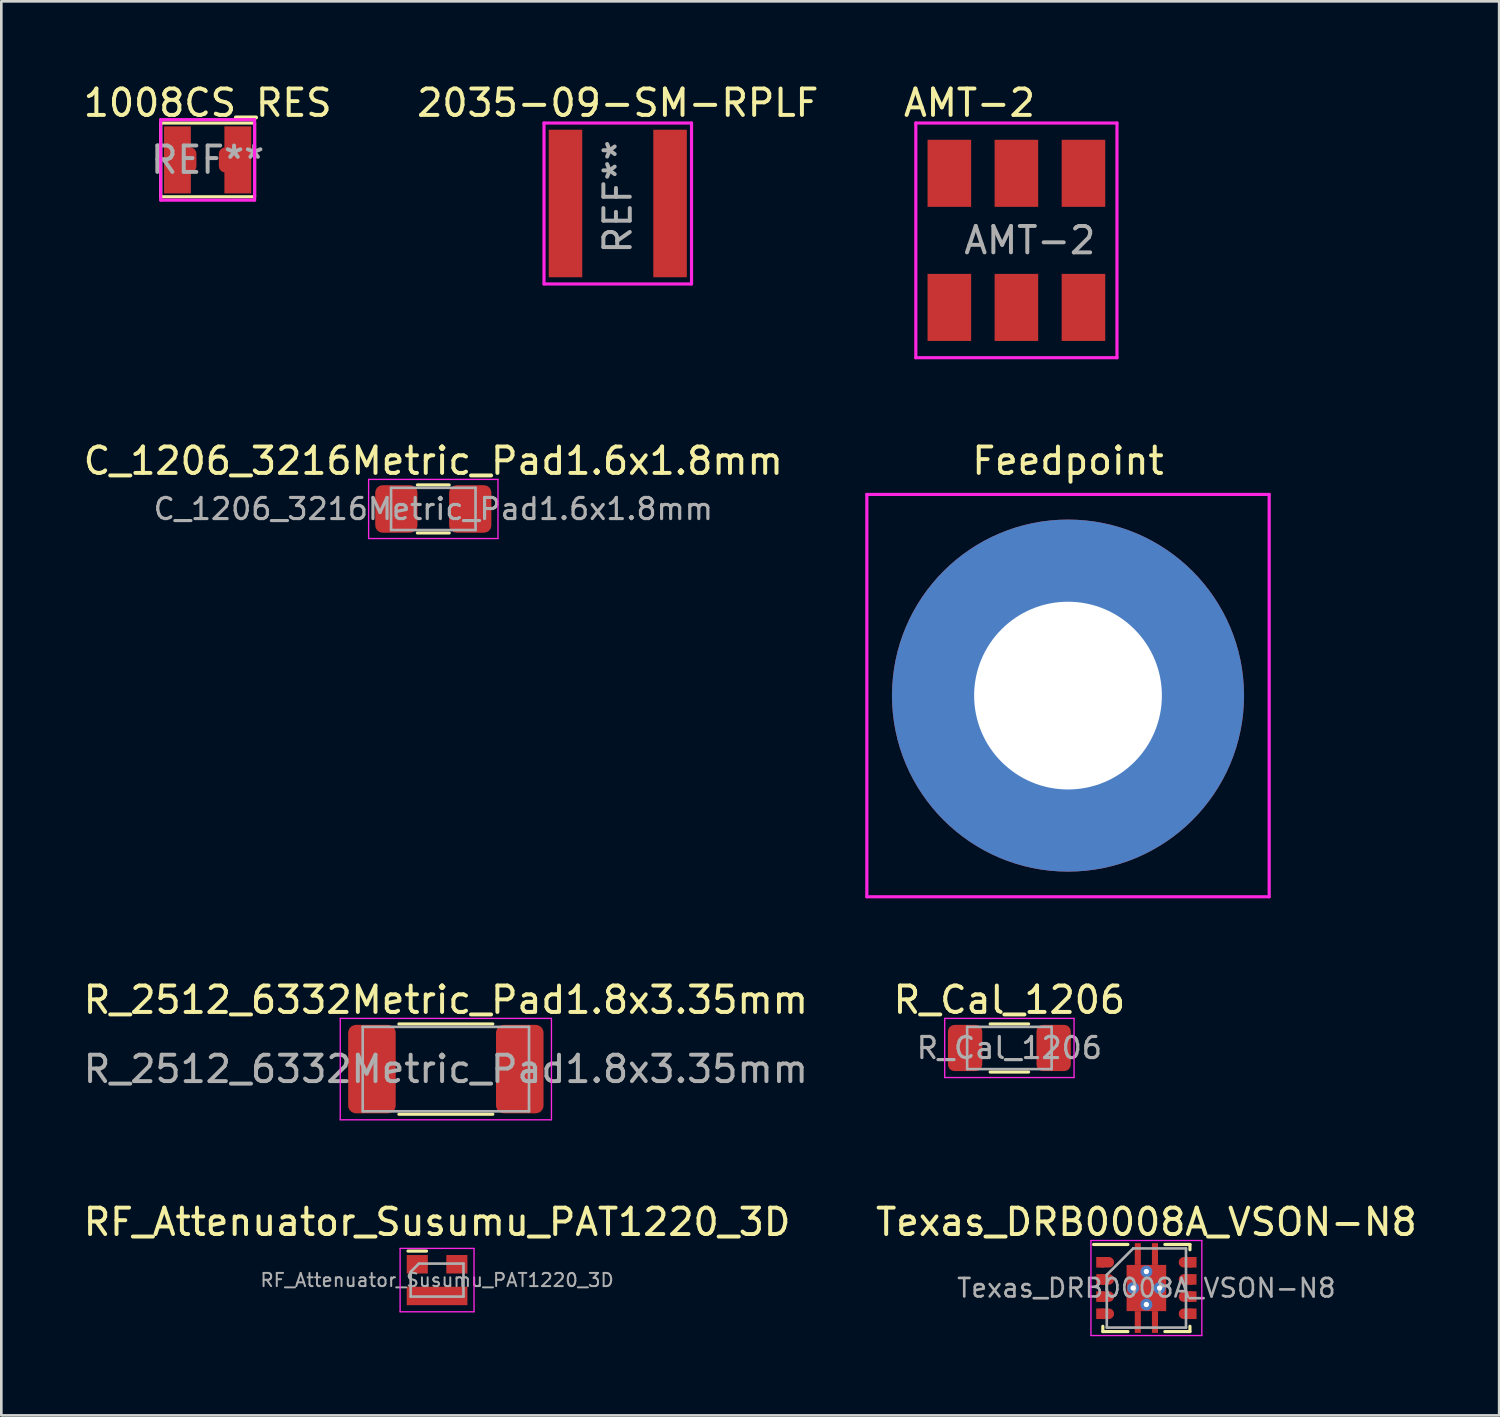
<source format=kicad_pcb>
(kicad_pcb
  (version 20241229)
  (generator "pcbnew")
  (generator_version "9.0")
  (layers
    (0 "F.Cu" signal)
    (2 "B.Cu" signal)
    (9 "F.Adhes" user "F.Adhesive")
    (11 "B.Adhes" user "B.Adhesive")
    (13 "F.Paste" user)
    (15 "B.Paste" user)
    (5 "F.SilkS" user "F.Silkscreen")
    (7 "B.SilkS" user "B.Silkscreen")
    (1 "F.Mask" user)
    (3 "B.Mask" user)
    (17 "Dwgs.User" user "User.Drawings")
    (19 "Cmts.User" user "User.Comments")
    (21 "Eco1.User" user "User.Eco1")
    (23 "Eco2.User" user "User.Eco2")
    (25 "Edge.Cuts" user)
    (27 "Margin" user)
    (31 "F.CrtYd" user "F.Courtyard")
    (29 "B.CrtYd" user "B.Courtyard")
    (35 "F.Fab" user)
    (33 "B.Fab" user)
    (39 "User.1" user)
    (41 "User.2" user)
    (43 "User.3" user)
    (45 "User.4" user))
  (footprint "Texas_DRB0008A_VSON-N8"
    (layer "F.Cu")
    (at 40.375 45.74)
    (property "Reference" "Texas_DRB0008A_VSON-N8" (at 0 -2.5 0) (layer "F.SilkS") (effects (font (size 1 1) (thickness 0.15))))
    (attr smd)
    (fp_line (start -2 -1.65) (end -0.7 -1.65) (stroke (width 0.12) (type solid)) (layer "F.SilkS"))
    (fp_line (start -1.65 1.65) (end -1.65 1.45) (stroke (width 0.12) (type solid)) (layer "F.SilkS"))
    (fp_line (start -1.65 1.65) (end -0.7 1.65) (stroke (width 0.12) (type solid)) (layer "F.SilkS"))
    (fp_line (start 0.7 -1.65) (end 1.65 -1.65) (stroke (width 0.12) (type solid)) (layer "F.SilkS"))
    (fp_line (start 0.7 1.65) (end 1.65 1.65) (stroke (width 0.12) (type solid)) (layer "F.SilkS"))
    (fp_line (start 1.65 -1.45) (end 1.65 -1.65) (stroke (width 0.12) (type solid)) (layer "F.SilkS"))
    (fp_line (start 1.65 1.45) (end 1.65 1.65) (stroke (width 0.12) (type solid)) (layer "F.SilkS"))
    (fp_line (start -2.1 -1.8) (end -2.1 1.8) (stroke (width 0.05) (type solid)) (layer "F.CrtYd"))
    (fp_line (start -2.1 -1.8) (end 2.1 -1.8) (stroke (width 0.05) (type solid)) (layer "F.CrtYd"))
    (fp_line (start -2.1 1.8) (end 2.1 1.8) (stroke (width 0.05) (type solid)) (layer "F.CrtYd"))
    (fp_line (start 2.1 -1.8) (end 2.1 1.8) (stroke (width 0.05) (type solid)) (layer "F.CrtYd"))
    (fp_line (start -1.5 1.5) (end -1.5 -0.5) (stroke (width 0.1) (type solid)) (layer "F.Fab"))
    (fp_line (start -0.5 -1.5) (end -1.5 -0.5) (stroke (width 0.1) (type solid)) (layer "F.Fab"))
    (fp_line (start -0.5 -1.5) (end 1.5 -1.5) (stroke (width 0.1) (type solid)) (layer "F.Fab"))
    (fp_line (start 1.5 -1.5) (end 1.5 1.5) (stroke (width 0.1) (type solid)) (layer "F.Fab"))
    (fp_line (start 1.5 1.5) (end -1.5 1.5) (stroke (width 0.1) (type solid)) (layer "F.Fab"))
    (fp_text user "${REFERENCE}" (at 0 0 0) (layer "F.Fab") (effects (font (size 0.7 0.7) (thickness 0.1))))
    (pad "1" smd rect (at -1.75 -0.975) (size 0.3 0.4) (layers "F.Cu" "F.Mask" "F.Paste"))
    (pad "1" smd oval (at -1.55 -0.975) (size 0.65 0.4) (layers "F.Cu" "F.Mask" "F.Paste"))
    (pad "2" smd rect (at -1.75 -0.325) (size 0.3 0.4) (layers "F.Cu" "F.Mask" "F.Paste"))
    (pad "2" smd oval (at -1.55 -0.325) (size 0.65 0.4) (layers "F.Cu" "F.Mask" "F.Paste"))
    (pad "3" smd rect (at -1.75 0.325) (size 0.3 0.4) (layers "F.Cu" "F.Mask" "F.Paste"))
    (pad "3" smd oval (at -1.55 0.325) (size 0.65 0.4) (layers "F.Cu" "F.Mask" "F.Paste"))
    (pad "4" smd rect (at -1.75 0.975) (size 0.3 0.4) (layers "F.Cu" "F.Mask" "F.Paste"))
    (pad "4" smd oval (at -1.55 0.975) (size 0.65 0.4) (layers "F.Cu" "F.Mask" "F.Paste"))
    (pad "5" smd oval (at 1.55 0.975) (size 0.65 0.4) (layers "F.Cu" "F.Mask" "F.Paste"))
    (pad "5" smd rect (at 1.75 0.975) (size 0.3 0.4) (layers "F.Cu" "F.Mask" "F.Paste"))
    (pad "6" smd oval (at 1.55 0.325) (size 0.65 0.4) (layers "F.Cu" "F.Mask" "F.Paste"))
    (pad "6" smd rect (at 1.75 0.325) (size 0.3 0.4) (layers "F.Cu" "F.Mask" "F.Paste"))
    (pad "7" smd oval (at 1.55 -0.325) (size 0.65 0.4) (layers "F.Cu" "F.Mask" "F.Paste"))
    (pad "7" smd rect (at 1.75 -0.325) (size 0.3 0.4) (layers "F.Cu" "F.Mask" "F.Paste"))
    (pad "8" smd oval (at 1.55 -0.975) (size 0.65 0.4) (layers "F.Cu" "F.Mask" "F.Paste"))
    (pad "8" smd rect (at 1.75 -0.975) (size 0.3 0.4) (layers "F.Cu" "F.Mask" "F.Paste"))
    (pad "9" thru_hole circle (at -0.5 0) (size 0.45 0.45) (drill 0.203) (layers "*.Cu" "*.Mask"))
    (pad "9" smd rect (at -0.325 -1.288) (size 0.23 0.825) (layers "F.Cu" "F.Mask" "F.Paste"))
    (pad "9" smd rect (at -0.325 1.288) (size 0.23 0.825) (layers "F.Cu" "F.Mask" "F.Paste"))
    (pad "9" thru_hole circle (at 0 -0.625) (size 0.45 0.45) (drill 0.203) (layers "*.Cu" "*.Mask"))
    (pad "9" smd rect (at 0 0) (size 1.5 1.75) (layers "F.Cu" "F.Mask" "F.Paste"))
    (pad "9" thru_hole circle (at 0 0.625) (size 0.45 0.45) (drill 0.203) (layers "*.Cu" "*.Mask"))
    (pad "9" smd rect (at 0.325 -1.288) (size 0.23 0.825) (layers "F.Cu" "F.Mask" "F.Paste"))
    (pad "9" smd rect (at 0.325 1.288) (size 0.23 0.825) (layers "F.Cu" "F.Mask" "F.Paste"))
    (pad "9" thru_hole circle (at 0.5 0) (size 0.45 0.45) (drill 0.203) (layers "*.Cu" "*.Mask")))
  (footprint "AMT-2"
    (layer "F.Cu")
    (at 32.911 8.595)
    (property "Reference" "AMT-2" (at 0.762 -7.747 0) (layer "F.SilkS") (effects (font (size 1 1) (thickness 0.15))))
    (attr smd)
    (fp_line (start -1.27 -6.985) (end 6.35 -6.985) (stroke (width 0.12) (type solid)) (layer "F.CrtYd"))
    (fp_line (start -1.27 1.905) (end -1.27 -6.985) (stroke (width 0.12) (type solid)) (layer "F.CrtYd"))
    (fp_line (start 6.35 -6.985) (end 6.35 1.905) (stroke (width 0.12) (type solid)) (layer "F.CrtYd"))
    (fp_line (start 6.35 1.905) (end -1.27 1.905) (stroke (width 0.12) (type solid)) (layer "F.CrtYd"))
    (fp_text user "${REFERENCE}" (at 3.048 -2.54 0) (layer "F.Fab") (effects (font (size 1 1) (thickness 0.15))))
    (pad "1" smd rect (at 0 0) (size 1.651 2.54) (layers "F.Cu" "F.Mask" "F.Paste"))
    (pad "2" smd rect (at 2.54 0) (size 1.651 2.54) (layers "F.Cu" "F.Mask" "F.Paste"))
    (pad "3" smd rect (at 5.08 0) (size 1.651 2.54) (layers "F.Cu" "F.Mask" "F.Paste"))
    (pad "4" smd rect (at 5.08 -5.08) (size 1.651 2.54) (layers "F.Cu" "F.Mask" "F.Paste"))
    (pad "5" smd rect (at 2.54 -5.08) (size 1.651 2.54) (layers "F.Cu" "F.Mask" "F.Paste"))
    (pad "6" smd rect (at 0 -5.08) (size 1.651 2.54) (layers "F.Cu" "F.Mask" "F.Paste")))
  (footprint "2035-09-SM-RPLF"
    (layer "F.Cu")
    (at 20.351 4.658)
    (property "Reference" "2035-09-SM-RPLF" (at 0 -3.81 0) (layer "F.SilkS") (effects (font (size 1 1) (thickness 0.15))))
    (attr through_hole)
    (fp_line (start -2.794 -3.048) (end 2.794 -3.048) (stroke (width 0.12) (type solid)) (layer "F.CrtYd"))
    (fp_line (start -2.794 3.048) (end -2.794 -3.048) (stroke (width 0.12) (type solid)) (layer "F.CrtYd"))
    (fp_line (start 2.794 -3.048) (end 2.794 3.048) (stroke (width 0.12) (type solid)) (layer "F.CrtYd"))
    (fp_line (start 2.794 3.048) (end -2.794 3.048) (stroke (width 0.12) (type solid)) (layer "F.CrtYd"))
    (fp_text user "REF**" (at 0 -0.254 90) (layer "F.Fab") (effects (font (size 1 1) (thickness 0.15))))
    (pad "1" smd rect (at -1.981 0) (size 1.27 5.588) (layers "F.Cu" "F.Mask" "F.Paste"))
    (pad "2" smd rect (at 1.981 0 180) (size 1.27 5.588) (layers "F.Cu" "F.Mask" "F.Paste")))
  (footprint "C_1206_3216Metric_Pad1.6x1.8mm"
    (layer "F.Cu")
    (at 13.363 16.229)
    (property "Reference" "C_1206_3216Metric_Pad1.6x1.8mm" (at 0 -1.82 0) (layer "F.SilkS") (effects (font (size 1 1) (thickness 0.15))))
    (attr smd)
    (fp_line (start -0.602 -0.91) (end 0.602 -0.91) (stroke (width 0.12) (type solid)) (layer "F.SilkS"))
    (fp_line (start -0.602 0.91) (end 0.602 0.91) (stroke (width 0.12) (type solid)) (layer "F.SilkS"))
    (fp_line (start -2.45 -1.12) (end 2.45 -1.12) (stroke (width 0.05) (type solid)) (layer "F.CrtYd"))
    (fp_line (start -2.45 1.12) (end -2.45 -1.12) (stroke (width 0.05) (type solid)) (layer "F.CrtYd"))
    (fp_line (start 2.45 -1.12) (end 2.45 1.12) (stroke (width 0.05) (type solid)) (layer "F.CrtYd"))
    (fp_line (start 2.45 1.12) (end -2.45 1.12) (stroke (width 0.05) (type solid)) (layer "F.CrtYd"))
    (fp_line (start -1.6 -0.8) (end 1.6 -0.8) (stroke (width 0.1) (type solid)) (layer "F.Fab"))
    (fp_line (start -1.6 0.8) (end -1.6 -0.8) (stroke (width 0.1) (type solid)) (layer "F.Fab"))
    (fp_line (start 1.6 -0.8) (end 1.6 0.8) (stroke (width 0.1) (type solid)) (layer "F.Fab"))
    (fp_line (start 1.6 0.8) (end -1.6 0.8) (stroke (width 0.1) (type solid)) (layer "F.Fab"))
    (fp_text user "${REFERENCE}" (at 0 0 0) (layer "F.Fab") (effects (font (size 0.8 0.8) (thickness 0.12))))
    (pad "1" smd roundrect (at -1.4 0) (size 1.6 1.8) (layers "F.Cu" "F.Mask" "F.Paste") (roundrect_rratio 0.175))
    (pad "2" smd roundrect (at 1.4 0) (size 1.6 1.8) (layers "F.Cu" "F.Mask" "F.Paste") (roundrect_rratio 0.175)))
  (footprint "1008CS_RES"
    (layer "F.Cu")
    (at 4.815 3.007)
    (property "Reference" "1008CS_RES" (at 0 -2.159 0) (layer "F.SilkS") (effects (font (size 1 1) (thickness 0.15))))
    (attr through_hole)
    (fp_line (start -1.778 -1.397) (end -1.778 1.397) (stroke (width 0.12) (type solid)) (layer "F.SilkS"))
    (fp_line (start -1.778 -1.397) (end 1.778 -1.397) (stroke (width 0.12) (type solid)) (layer "F.SilkS"))
    (fp_line (start -1.778 1.397) (end 1.778 1.397) (stroke (width 0.12) (type solid)) (layer "F.SilkS"))
    (fp_line (start 1.778 -1.397) (end 1.778 1.397) (stroke (width 0.12) (type solid)) (layer "F.SilkS"))
    (fp_line (start -1.778 -1.524) (end 1.778 -1.524) (stroke (width 0.12) (type solid)) (layer "F.CrtYd"))
    (fp_line (start -1.778 1.524) (end -1.778 -1.524) (stroke (width 0.12) (type solid)) (layer "F.CrtYd"))
    (fp_line (start 1.778 -1.524) (end 1.778 1.524) (stroke (width 0.12) (type solid)) (layer "F.CrtYd"))
    (fp_line (start 1.778 1.524) (end -1.778 1.524) (stroke (width 0.12) (type solid)) (layer "F.CrtYd"))
    (fp_text user "REF**" (at 0 0 0) (layer "F.Fab") (effects (font (size 1 1) (thickness 0.15))))
    (pad "1" smd rect (at -1.143 0) (size 1.016 2.54) (layers "F.Cu" "F.Mask" "F.Paste"))
    (pad "1" smd roundrect (at -0.912 0) (size 0.975 0.95) (layers "F.Cu" "F.Mask" "F.Paste") (roundrect_rratio 0.25))
    (pad "2" smd roundrect (at 0.912 0) (size 0.975 0.95) (layers "F.Cu" "F.Mask" "F.Paste") (roundrect_rratio 0.25))
    (pad "2" smd rect (at 1.143 0) (size 1.016 2.54) (layers "F.Cu" "F.Mask" "F.Paste")))
  (footprint "R_Cal_1206"
    (layer "F.Cu")
    (at 35.185 36.647)
    (property "Reference" "R_Cal_1206" (at 0 -1.82 0) (layer "F.SilkS") (effects (font (size 1 1) (thickness 0.15))))
    (attr smd)
    (fp_line (start -0.727 -0.91) (end 0.727 -0.91) (stroke (width 0.12) (type solid)) (layer "F.SilkS"))
    (fp_line (start -0.727 0.91) (end 0.727 0.91) (stroke (width 0.12) (type solid)) (layer "F.SilkS"))
    (fp_line (start -2.45 -1.12) (end 2.45 -1.12) (stroke (width 0.05) (type solid)) (layer "F.CrtYd"))
    (fp_line (start -2.45 1.12) (end -2.45 -1.12) (stroke (width 0.05) (type solid)) (layer "F.CrtYd"))
    (fp_line (start 2.45 -1.12) (end 2.45 1.12) (stroke (width 0.05) (type solid)) (layer "F.CrtYd"))
    (fp_line (start 2.45 1.12) (end -2.45 1.12) (stroke (width 0.05) (type solid)) (layer "F.CrtYd"))
    (fp_line (start -1.6 -0.8) (end 1.6 -0.8) (stroke (width 0.1) (type solid)) (layer "F.Fab"))
    (fp_line (start -1.6 0.8) (end -1.6 -0.8) (stroke (width 0.1) (type solid)) (layer "F.Fab"))
    (fp_line (start 1.6 -0.8) (end 1.6 0.8) (stroke (width 0.1) (type solid)) (layer "F.Fab"))
    (fp_line (start 1.6 0.8) (end -1.6 0.8) (stroke (width 0.1) (type solid)) (layer "F.Fab"))
    (fp_text user "${REFERENCE}" (at 0 0 0) (layer "F.Fab") (effects (font (size 0.8 0.8) (thickness 0.12))))
    (pad "1" smd roundrect (at -1.677 0) (size 1.3 1.75) (layers "F.Cu" "F.Mask" "F.Paste") (roundrect_rratio 0.192))
    (pad "2" smd roundrect (at 1.677 0) (size 1.3 1.75) (layers "F.Cu" "F.Mask" "F.Paste") (roundrect_rratio 0.192)))
  (footprint "RF_Attenuator_Susumu_PAT1220_3D"
    (layer "F.Cu")
    (at 13.506 45.44)
    (property "Reference" "RF_Attenuator_Susumu_PAT1220_3D" (at 0 -2.2 0) (layer "F.SilkS") (effects (font (size 1 1) (thickness 0.15))))
    (attr smd)
    (fp_line (start -1.1 -1.1) (end -0.4 -1.1) (stroke (width 0.12) (type solid)) (layer "F.SilkS"))
    (fp_line (start -1.4 -1.2) (end 1.4 -1.2) (stroke (width 0.05) (type solid)) (layer "F.CrtYd"))
    (fp_line (start -1.4 1.2) (end -1.4 -1.2) (stroke (width 0.05) (type solid)) (layer "F.CrtYd"))
    (fp_line (start 1.4 -1.2) (end 1.4 1.2) (stroke (width 0.05) (type solid)) (layer "F.CrtYd"))
    (fp_line (start 1.4 1.2) (end -1.4 1.2) (stroke (width 0.05) (type solid)) (layer "F.CrtYd"))
    (fp_line (start -1 -0.312) (end -0.688 -0.625) (stroke (width 0.1) (type solid)) (layer "F.Fab"))
    (fp_line (start -1 0.625) (end -1 -0.312) (stroke (width 0.1) (type solid)) (layer "F.Fab"))
    (fp_line (start -0.688 -0.625) (end 1 -0.625) (stroke (width 0.1) (type solid)) (layer "F.Fab"))
    (fp_line (start 1 -0.625) (end 1 0.625) (stroke (width 0.1) (type solid)) (layer "F.Fab"))
    (fp_line (start 1 0.625) (end -1 0.625) (stroke (width 0.1) (type solid)) (layer "F.Fab"))
    (fp_text user "${REFERENCE}" (at 0 0 0) (layer "F.Fab") (effects (font (size 0.5 0.5) (thickness 0.075))))
    (pad "1" smd rect (at -0.75 -0.6) (size 0.8 0.7) (layers "F.Cu" "F.Mask" "F.Paste"))
    (pad "2" smd rect (at 0.75 -0.6) (size 0.8 0.7) (layers "F.Cu" "F.Mask" "F.Paste"))
    (pad "3" smd rect (at 0 0.6) (size 2.3 0.7) (layers "F.Cu" "F.Mask" "F.Paste")))
  (footprint "Feedpoint"
    (layer "F.Cu")
    (at 37.406 23.299)
    (property "Reference" "Feedpoint" (at 0 -8.89 0) (layer "F.SilkS") (effects (font (size 1 1) (thickness 0.15))))
    (attr through_hole)
    (fp_line (start -7.62 -7.62) (end 7.62 -7.62) (stroke (width 0.12) (type solid)) (layer "F.CrtYd"))
    (fp_line (start -7.62 7.62) (end -7.62 -7.62) (stroke (width 0.12) (type solid)) (layer "F.CrtYd"))
    (fp_line (start 7.62 -7.62) (end 7.62 7.62) (stroke (width 0.12) (type solid)) (layer "F.CrtYd"))
    (fp_line (start 7.62 7.62) (end -7.62 7.62) (stroke (width 0.12) (type solid)) (layer "F.CrtYd"))
    (pad "1" thru_hole circle (at 0 0) (size 13.335 13.335) (drill 7.112) (layers "*.Cu" "*.Mask")))
  (footprint "R_2512_6332Metric_Pad1.8x3.35mm"
    (layer "F.Cu")
    (at 13.839 37.447)
    (property "Reference" "R_2512_6332Metric_Pad1.8x3.35mm" (at 0 -2.62 0) (layer "F.SilkS") (effects (font (size 1 1) (thickness 0.15))))
    (attr smd)
    (fp_line (start -1.778 -1.71) (end 1.778 -1.71) (stroke (width 0.12) (type solid)) (layer "F.SilkS"))
    (fp_line (start -1.778 1.71) (end 1.778 1.71) (stroke (width 0.12) (type solid)) (layer "F.SilkS"))
    (fp_line (start -4 -1.92) (end 4 -1.92) (stroke (width 0.05) (type solid)) (layer "F.CrtYd"))
    (fp_line (start -4 1.92) (end -4 -1.92) (stroke (width 0.05) (type solid)) (layer "F.CrtYd"))
    (fp_line (start 4 -1.92) (end 4 1.92) (stroke (width 0.05) (type solid)) (layer "F.CrtYd"))
    (fp_line (start 4 1.92) (end -4 1.92) (stroke (width 0.05) (type solid)) (layer "F.CrtYd"))
    (fp_line (start -3.15 -1.6) (end 3.15 -1.6) (stroke (width 0.1) (type solid)) (layer "F.Fab"))
    (fp_line (start -3.15 1.6) (end -3.15 -1.6) (stroke (width 0.1) (type solid)) (layer "F.Fab"))
    (fp_line (start 3.15 -1.6) (end 3.15 1.6) (stroke (width 0.1) (type solid)) (layer "F.Fab"))
    (fp_line (start 3.15 1.6) (end -3.15 1.6) (stroke (width 0.1) (type solid)) (layer "F.Fab"))
    (fp_text user "${REFERENCE}" (at 0 0 0) (layer "F.Fab") (effects (font (size 1 1) (thickness 0.15))))
    (pad "1" smd roundrect (at -2.8 0) (size 1.8 3.35) (layers "F.Cu" "F.Mask" "F.Paste") (roundrect_rratio 0.164))
    (pad "2" smd roundrect (at 2.8 0) (size 1.8 3.35) (layers "F.Cu" "F.Mask" "F.Paste") (roundrect_rratio 0.164)))
  (gr_rect
    (start -3 -3)
    (end 53.738 50.565)
    (stroke (width 0.1) (type default))
    (fill no)
    (layer "Edge.Cuts")))
</source>
